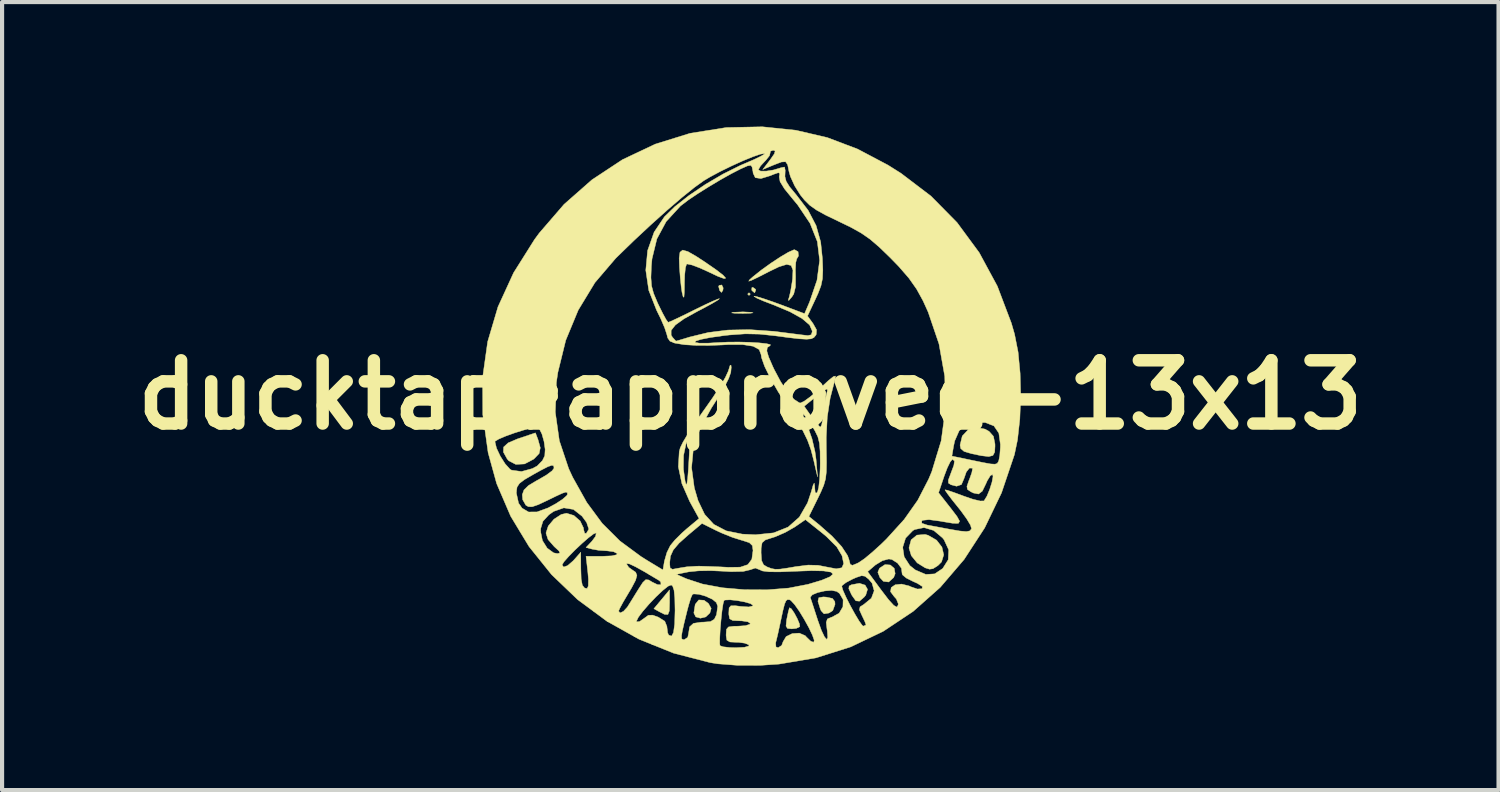
<source format=kicad_pcb>
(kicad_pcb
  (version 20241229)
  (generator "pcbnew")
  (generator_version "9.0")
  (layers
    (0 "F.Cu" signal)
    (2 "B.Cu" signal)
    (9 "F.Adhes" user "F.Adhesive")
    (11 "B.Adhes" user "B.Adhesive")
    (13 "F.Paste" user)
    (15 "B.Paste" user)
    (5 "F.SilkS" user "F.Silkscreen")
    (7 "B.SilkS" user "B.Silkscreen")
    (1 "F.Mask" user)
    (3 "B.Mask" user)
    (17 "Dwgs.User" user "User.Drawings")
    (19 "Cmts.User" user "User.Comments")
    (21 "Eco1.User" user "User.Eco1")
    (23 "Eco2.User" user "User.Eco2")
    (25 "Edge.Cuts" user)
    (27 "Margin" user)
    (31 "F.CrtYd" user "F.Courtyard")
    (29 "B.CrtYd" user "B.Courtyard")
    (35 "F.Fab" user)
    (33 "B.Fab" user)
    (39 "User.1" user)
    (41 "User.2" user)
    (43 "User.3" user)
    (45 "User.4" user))
  (footprint "ducktapeapproved-13x13"
    (layer "F.Cu")
    (at 15.03 6.466)
    (property "Reference" "ducktapeapproved-13x13" (at 0 0 0) (layer "F.SilkS") (effects (font (size 1.524 1.524) (thickness 0.3))))
    (attr through_hole)
    (fp_poly (pts (xy 0 -2.43) (xy -0.032 -2.397) (xy -0.065 -2.43) (xy -0.032 -2.462) (xy 0 -2.43)) (stroke (width 0.01) (type solid)) (fill yes) (layer "F.SilkS"))
    (fp_poly (pts (xy -0.654 -2.578) (xy -0.662 -2.518) (xy -0.697 -2.469) (xy -0.74 -2.518) (xy -0.764 -2.614) (xy -0.752 -2.639) (xy -0.688 -2.65) (xy -0.654 -2.578)) (stroke (width 0.01) (type solid)) (fill yes) (layer "F.SilkS"))
    (fp_poly (pts (xy -1.946 5.005) (xy -1.952 5.204) (xy -1.986 5.291) (xy -2.069 5.287) (xy -2.182 5.23) (xy -2.324 5.151) (xy -2.135 4.924) (xy -1.947 4.698) (xy -1.946 5.005)) (stroke (width 0.01) (type solid)) (fill yes) (layer "F.SilkS"))
    (fp_poly (pts (xy 0.127 -2.545) (xy 0.13 -2.527) (xy 0.107 -2.464) (xy 0.101 -2.462) (xy 0.046 -2.508) (xy 0.032 -2.527) (xy 0.038 -2.587) (xy 0.061 -2.592) (xy 0.127 -2.545)) (stroke (width 0.01) (type solid)) (fill yes) (layer "F.SilkS"))
    (fp_poly (pts (xy -1.115 4.948) (xy -1.009 5.026) (xy -0.943 5.144) (xy -0.974 5.253) (xy -1.074 5.349) (xy -1.203 5.38) (xy -1.315 5.348) (xy -1.361 5.254) (xy -1.328 5.046) (xy -1.242 4.94) (xy -1.115 4.948)) (stroke (width 0.01) (type solid)) (fill yes) (layer "F.SilkS"))
    (fp_poly (pts (xy 0.016 -1.991) (xy 0.065 -1.978) (xy -0.001 -1.969) (xy -0.168 -1.965) (xy -0.194 -1.965) (xy -0.372 -1.968) (xy -0.452 -1.977) (xy -0.418 -1.989) (xy -0.405 -1.991) (xy -0.178 -2.001) (xy 0.016 -1.991)) (stroke (width 0.01) (type solid)) (fill yes) (layer "F.SilkS"))
    (fp_poly (pts (xy 3.373 4.098) (xy 3.468 4.179) (xy 3.49 4.307) (xy 3.454 4.399) (xy 3.334 4.508) (xy 3.207 4.492) (xy 3.123 4.403) (xy 3.072 4.273) (xy 3.114 4.174) (xy 3.244 4.089) (xy 3.373 4.098)) (stroke (width 0.01) (type solid)) (fill yes) (layer "F.SilkS"))
    (fp_poly (pts (xy 1.83 4.872) (xy 1.979 4.904) (xy 2.036 4.98) (xy 2.041 5.047) (xy 1.986 5.197) (xy 1.893 5.256) (xy 1.776 5.275) (xy 1.706 5.201) (xy 1.683 5.146) (xy 1.629 4.971) (xy 1.65 4.886) (xy 1.759 4.867) (xy 1.83 4.872)) (stroke (width 0.01) (type solid)) (fill yes) (layer "F.SilkS"))
    (fp_poly (pts (xy 2.766 4.583) (xy 2.824 4.684) (xy 2.782 4.822) (xy 2.745 4.869) (xy 2.63 4.97) (xy 2.542 4.961) (xy 2.452 4.836) (xy 2.433 4.801) (xy 2.373 4.669) (xy 2.381 4.605) (xy 2.437 4.574) (xy 2.629 4.539) (xy 2.766 4.583)) (stroke (width 0.01) (type solid)) (fill yes) (layer "F.SilkS"))
    (fp_poly (pts (xy 0.989 5.154) (xy 1.059 5.256) (xy 1.131 5.391) (xy 1.183 5.515) (xy 1.192 5.584) (xy 1.108 5.625) (xy 0.998 5.637) (xy 0.895 5.626) (xy 0.86 5.569) (xy 0.874 5.429) (xy 0.88 5.394) (xy 0.914 5.232) (xy 0.94 5.136) (xy 0.945 5.128) (xy 0.989 5.154)) (stroke (width 0.01) (type solid)) (fill yes) (layer "F.SilkS"))
    (fp_poly (pts (xy -5.116 1.077) (xy -5.061 1.274) (xy -5.089 1.412) (xy -5.212 1.54) (xy -5.225 1.55) (xy -5.44 1.663) (xy -5.651 1.674) (xy -5.822 1.586) (xy -5.86 1.541) (xy -5.95 1.378) (xy -5.945 1.256) (xy -5.836 1.156) (xy -5.611 1.06) (xy -5.57 1.046) (xy -5.178 0.914) (xy -5.116 1.077)) (stroke (width 0.01) (type solid)) (fill yes) (layer "F.SilkS"))
    (fp_poly (pts (xy 4.284 3.382) (xy 4.488 3.5) (xy 4.617 3.667) (xy 4.66 3.853) (xy 4.607 4.025) (xy 4.521 4.111) (xy 4.402 4.187) (xy 4.318 4.199) (xy 4.212 4.166) (xy 4.022 4.048) (xy 3.879 3.873) (xy 3.823 3.687) (xy 3.823 3.686) (xy 3.875 3.492) (xy 4.014 3.378) (xy 4.211 3.362) (xy 4.284 3.382)) (stroke (width 0.01) (type solid)) (fill yes) (layer "F.SilkS"))
    (fp_poly (pts (xy 5.656 0.824) (xy 5.752 0.878) (xy 5.858 0.997) (xy 5.895 1.181) (xy 5.896 1.235) (xy 5.888 1.378) (xy 5.845 1.459) (xy 5.745 1.485) (xy 5.564 1.464) (xy 5.329 1.415) (xy 5.151 1.362) (xy 5.07 1.293) (xy 5.054 1.209) (xy 5.107 0.99) (xy 5.245 0.843) (xy 5.438 0.783) (xy 5.656 0.824)) (stroke (width 0.01) (type solid)) (fill yes) (layer "F.SilkS"))
    (fp_poly (pts (xy -1.504 -3.454) (xy -1.299 -3.336) (xy -1.103 -3.208) (xy -0.829 -3.019) (xy -0.658 -2.887) (xy -0.592 -2.814) (xy -0.632 -2.803) (xy -0.78 -2.857) (xy -0.989 -2.956) (xy -1.22 -3.061) (xy -1.406 -3.131) (xy -1.519 -3.155) (xy -1.537 -3.15) (xy -1.564 -3.062) (xy -1.582 -2.887) (xy -1.587 -2.716) (xy -1.59 -2.476) (xy -1.599 -2.359) (xy -1.617 -2.357) (xy -1.644 -2.464) (xy -1.647 -2.478) (xy -1.667 -2.618) (xy -1.689 -2.836) (xy -1.706 -3.062) (xy -1.715 -3.297) (xy -1.695 -3.439) (xy -1.63 -3.49) (xy -1.504 -3.454)) (stroke (width 0.01) (type solid)) (fill yes) (layer "F.SilkS"))
    (fp_poly (pts (xy 1.15 -3.452) (xy 1.16 -3.349) (xy 1.118 -3.278) (xy 1.095 -3.191) (xy 1.086 -3.018) (xy 1.09 -2.862) (xy 1.088 -2.602) (xy 1.046 -2.432) (xy 1.003 -2.365) (xy 0.927 -2.276) (xy 0.915 -2.286) (xy 0.939 -2.365) (xy 0.972 -2.507) (xy 1.006 -2.713) (xy 1.018 -2.801) (xy 1.027 -3.006) (xy 0.984 -3.119) (xy 0.877 -3.145) (xy 0.69 -3.088) (xy 0.444 -2.969) (xy 0.183 -2.835) (xy 0.025 -2.76) (xy -0.039 -2.74) (xy -0.02 -2.773) (xy 0.065 -2.849) (xy 0.27 -3.012) (xy 0.5 -3.177) (xy 0.725 -3.325) (xy 0.916 -3.438) (xy 1.044 -3.495) (xy 1.066 -3.499) (xy 1.15 -3.452)) (stroke (width 0.01) (type solid)) (fill yes) (layer "F.SilkS"))
    (fp_poly (pts (xy 1.099 -6.377) (xy 1.855 -6.201) (xy 2.586 -5.924) (xy 3.318 -5.537) (xy 3.631 -5.34) (xy 4.352 -4.792) (xy 4.981 -4.154) (xy 5.515 -3.429) (xy 5.952 -2.621) (xy 6.289 -1.733) (xy 6.367 -1.464) (xy 6.452 -1.033) (xy 6.501 -0.521) (xy 6.515 0.031) (xy 6.494 0.58) (xy 6.438 1.083) (xy 6.364 1.438) (xy 6.053 2.359) (xy 5.647 3.203) (xy 5.152 3.964) (xy 4.576 4.637) (xy 3.924 5.216) (xy 3.203 5.696) (xy 2.42 6.071) (xy 1.581 6.336) (xy 0.692 6.486) (xy 0.259 6.515) (xy -0.302 6.516) (xy -0.785 6.479) (xy -0.968 6.45) (xy -1.85 6.222) (xy -2.387 6.005) (xy -0.738 6.005) (xy -0.731 6.042) (xy -0.657 6.069) (xy -0.494 6.087) (xy -0.349 6.091) (xy -0.141 6.08) (xy -0.038 6.051) (xy -0.032 6.026) (xy -0.117 5.985) (xy -0.169 5.977) (xy 0.609 5.977) (xy 0.618 6.073) (xy 0.671 6.091) (xy 0.756 6.036) (xy 0.789 5.947) (xy 0.863 5.823) (xy 1.01 5.751) (xy 1.18 5.74) (xy 1.323 5.801) (xy 1.352 5.834) (xy 1.455 5.934) (xy 1.527 5.961) (xy 1.54 5.912) (xy 1.495 5.785) (xy 1.41 5.607) (xy 1.299 5.406) (xy 1.18 5.211) (xy 1.067 5.051) (xy 0.977 4.953) (xy 0.947 4.936) (xy 0.897 4.932) (xy 0.86 4.959) (xy 0.825 5.04) (xy 0.785 5.196) (xy 0.73 5.451) (xy 0.711 5.54) (xy 0.665 5.751) (xy 0.624 5.923) (xy 0.609 5.977) (xy -0.169 5.977) (xy -0.279 5.962) (xy -0.328 5.961) (xy -0.492 5.953) (xy -0.565 5.91) (xy -0.583 5.804) (xy -0.583 5.767) (xy -0.575 5.647) (xy -0.526 5.591) (xy -0.402 5.574) (xy -0.292 5.572) (xy -0.118 5.56) (xy -0.013 5.527) (xy 0 5.508) (xy -0.057 5.467) (xy -0.201 5.445) (xy -0.259 5.443) (xy -0.425 5.435) (xy -0.499 5.394) (xy -0.518 5.29) (xy -0.518 5.25) (xy -0.512 5.132) (xy -0.47 5.082) (xy -0.357 5.08) (xy -0.227 5.097) (xy -0.036 5.109) (xy 0.058 5.086) (xy 0.065 5.071) (xy 0.008 5.03) (xy -0.134 4.989) (xy -0.313 4.956) (xy -0.487 4.937) (xy -0.608 4.942) (xy -0.634 4.953) (xy -0.656 5.032) (xy -0.682 5.201) (xy -0.706 5.422) (xy -0.726 5.656) (xy -0.737 5.863) (xy -0.738 6.005) (xy -2.387 6.005) (xy -2.682 5.886) (xy -2.804 5.818) (xy -1.66 5.818) (xy -1.653 5.876) (xy -1.623 5.895) (xy -1.589 5.896) (xy -1.508 5.841) (xy -1.489 5.751) (xy -1.463 5.588) (xy -1.37 5.504) (xy -1.182 5.476) (xy -1.135 5.475) (xy -0.961 5.462) (xy -0.868 5.406) (xy -0.814 5.294) (xy -0.786 5.091) (xy -0.819 5.002) (xy -0.914 4.924) (xy -1.016 4.877) (xy 1.444 4.877) (xy 1.446 4.885) (xy 1.478 4.978) (xy 1.537 5.159) (xy 1.612 5.39) (xy 1.624 5.427) (xy 1.713 5.675) (xy 1.788 5.832) (xy 1.842 5.892) (xy 1.866 5.845) (xy 1.855 5.686) (xy 1.848 5.645) (xy 1.829 5.481) (xy 1.857 5.399) (xy 1.952 5.358) (xy 1.97 5.353) (xy 2.14 5.259) (xy 2.231 5.105) (xy 2.236 4.933) (xy 2.149 4.783) (xy 2.081 4.734) (xy 1.96 4.71) (xy 1.793 4.723) (xy 1.623 4.762) (xy 1.493 4.816) (xy 1.444 4.877) (xy -1.016 4.877) (xy -1.07 4.852) (xy -1.237 4.804) (xy -1.365 4.795) (xy -1.397 4.81) (xy -1.432 4.889) (xy -1.483 5.053) (xy -1.521 5.194) (xy -1.596 5.498) (xy -1.641 5.699) (xy -1.66 5.818) (xy -2.804 5.818) (xy -3.456 5.453) (xy -3.459 5.451) (xy -2.744 5.451) (xy -2.74 5.468) (xy -2.668 5.46) (xy -2.564 5.387) (xy -2.458 5.31) (xy -2.354 5.306) (xy -2.219 5.354) (xy -2.061 5.453) (xy -2.009 5.582) (xy -2.009 5.594) (xy -1.993 5.729) (xy -1.967 5.787) (xy -1.898 5.812) (xy -1.851 5.725) (xy -1.823 5.52) (xy -1.814 5.193) (xy -1.814 5.187) (xy -1.82 4.891) (xy -1.839 4.704) (xy -1.873 4.605) (xy -1.906 4.579) (xy -1.982 4.609) (xy -2.111 4.712) (xy -2.271 4.863) (xy -2.438 5.038) (xy -2.588 5.211) (xy -2.698 5.357) (xy -2.744 5.451) (xy -3.459 5.451) (xy -3.787 5.208) (xy -3.175 5.208) (xy -3.139 5.253) (xy -3.057 5.215) (xy -2.965 5.115) (xy -2.957 5.103) (xy -2.867 4.959) (xy -2.748 4.766) (xy -2.695 4.681) (xy -2.591 4.52) (xy -2.52 4.452) (xy -2.448 4.459) (xy -2.362 4.511) (xy -2.233 4.573) (xy -2.153 4.572) (xy -2.153 4.572) (xy -2.159 4.506) (xy -2.204 4.467) (xy -2.446 4.323) (xy -1.782 4.323) (xy -1.54 4.43) (xy -1.149 4.558) (xy -0.67 4.647) (xy -0.14 4.693) (xy 0.404 4.696) (xy 0.926 4.654) (xy 1.142 4.612) (xy 2.203 4.612) (xy 2.232 4.709) (xy 2.306 4.875) (xy 2.408 5.076) (xy 2.519 5.278) (xy 2.621 5.448) (xy 2.697 5.554) (xy 2.722 5.572) (xy 2.785 5.545) (xy 2.786 5.537) (xy 2.759 5.46) (xy 2.694 5.323) (xy 2.689 5.313) (xy 2.629 5.179) (xy 2.644 5.107) (xy 2.737 5.047) (xy 2.917 4.899) (xy 2.984 4.72) (xy 2.933 4.536) (xy 2.851 4.439) (xy 2.763 4.369) (xy 2.68 4.356) (xy 2.553 4.398) (xy 2.462 4.438) (xy 2.305 4.521) (xy 2.213 4.592) (xy 2.203 4.612) (xy 1.142 4.612) (xy 1.39 4.564) (xy 1.393 4.563) (xy 1.72 4.465) (xy 1.919 4.382) (xy 1.992 4.317) (xy 1.941 4.269) (xy 1.871 4.258) (xy 2.827 4.258) (xy 3.143 4.688) (xy 3.33 4.933) (xy 3.457 5.072) (xy 3.532 5.113) (xy 3.562 5.061) (xy 3.564 5.03) (xy 3.518 4.916) (xy 3.467 4.86) (xy 3.378 4.741) (xy 3.395 4.641) (xy 3.491 4.575) (xy 3.644 4.558) (xy 3.827 4.603) (xy 3.868 4.623) (xy 4.025 4.677) (xy 4.139 4.67) (xy 4.14 4.669) (xy 4.146 4.617) (xy 4.027 4.541) (xy 3.926 4.496) (xy 3.76 4.413) (xy 3.665 4.334) (xy 3.656 4.3) (xy 3.642 4.178) (xy 3.548 4.052) (xy 3.412 3.966) (xy 3.337 3.953) (xy 3.183 3.994) (xy 3.017 4.095) (xy 3.005 4.105) (xy 2.827 4.258) (xy 1.871 4.258) (xy 1.767 4.241) (xy 1.47 4.235) (xy 1.084 4.249) (xy 0.711 4.264) (xy 0.452 4.262) (xy 0.293 4.242) (xy 0.23 4.214) (xy 0.12 4.171) (xy -0.002 4.213) (xy -0.172 4.253) (xy -0.463 4.259) (xy -0.67 4.247) (xy -0.964 4.234) (xy -1.25 4.239) (xy -1.471 4.261) (xy -1.49 4.264) (xy -1.782 4.323) (xy -2.446 4.323) (xy -2.534 4.27) (xy -2.766 4.141) (xy -2.91 4.073) (xy -2.974 4.063) (xy -2.981 4.075) (xy -2.93 4.155) (xy -2.851 4.212) (xy -2.763 4.272) (xy -2.733 4.348) (xy -2.764 4.464) (xy -2.86 4.647) (xy -2.948 4.795) (xy -3.063 4.989) (xy -3.144 5.138) (xy -3.175 5.208) (xy -3.787 5.208) (xy -4.162 4.931) (xy -4.79 4.329) (xy -4.977 4.096) (xy -4.536 4.096) (xy -4.498 4.148) (xy -4.401 4.112) (xy -4.27 3.998) (xy -4.243 3.969) (xy -4.086 3.791) (xy -4.084 4.185) (xy -4.076 4.438) (xy -4.048 4.586) (xy -3.994 4.653) (xy -3.933 4.665) (xy -3.904 4.605) (xy -3.901 4.44) (xy -3.915 4.277) (xy -3.959 3.888) (xy -3.563 3.888) (xy -3.338 3.878) (xy -3.22 3.851) (xy -3.207 3.823) (xy -3.294 3.778) (xy -3.449 3.757) (xy -3.454 3.757) (xy -3.654 3.744) (xy -3.81 3.716) (xy -3.959 3.676) (xy -3.815 3.523) (xy -3.729 3.407) (xy -3.713 3.328) (xy -3.716 3.325) (xy -3.776 3.348) (xy -3.899 3.441) (xy -4.058 3.58) (xy -4.227 3.739) (xy -4.38 3.895) (xy -4.492 4.022) (xy -4.536 4.096) (xy -4.536 4.096) (xy -4.977 4.096) (xy -5.331 3.656) (xy -5.553 3.29) (xy -5.054 3.29) (xy -5.01 3.508) (xy -4.895 3.692) (xy -4.74 3.805) (xy -4.649 3.823) (xy -4.587 3.81) (xy -4.613 3.757) (xy -4.725 3.655) (xy -4.874 3.484) (xy -4.924 3.328) (xy -4.869 3.159) (xy -4.733 2.996) (xy -4.557 2.881) (xy -4.429 2.851) (xy -4.252 2.905) (xy -4.101 3.037) (xy -4.021 3.204) (xy -4.017 3.244) (xy -3.992 3.333) (xy -3.953 3.337) (xy -3.891 3.234) (xy -3.945 3.073) (xy -4.056 2.921) (xy -4.262 2.759) (xy -4.494 2.721) (xy -4.74 2.807) (xy -4.855 2.889) (xy -4.998 3.045) (xy -5.051 3.219) (xy -5.054 3.29) (xy -5.553 3.29) (xy -5.775 2.922) (xy -6.013 2.368) (xy -5.637 2.368) (xy -5.585 2.607) (xy -5.501 2.728) (xy -5.343 2.821) (xy -5.138 2.819) (xy -4.873 2.722) (xy -4.686 2.621) (xy -4.525 2.515) (xy -4.424 2.427) (xy -4.406 2.395) (xy -4.412 2.352) (xy -4.447 2.342) (xy -4.532 2.37) (xy -4.692 2.444) (xy -4.886 2.539) (xy -5.112 2.645) (xy -5.255 2.694) (xy -5.347 2.693) (xy -5.409 2.658) (xy -5.485 2.525) (xy -5.495 2.403) (xy -5.454 2.29) (xy -5.346 2.184) (xy -5.143 2.062) (xy -5.103 2.041) (xy -4.911 1.929) (xy -4.777 1.829) (xy -4.73 1.766) (xy -4.739 1.709) (xy -4.781 1.695) (xy -4.877 1.728) (xy -5.048 1.816) (xy -5.226 1.915) (xy -5.44 2.039) (xy -5.563 2.132) (xy -5.621 2.22) (xy -5.637 2.33) (xy -5.637 2.368) (xy -6.013 2.368) (xy -6.113 2.135) (xy -6.318 1.393) (xy -6.355 1.127) (xy -6.154 1.127) (xy -6.116 1.284) (xy -6.024 1.478) (xy -5.907 1.662) (xy -5.792 1.789) (xy -5.753 1.813) (xy -5.514 1.846) (xy -5.25 1.774) (xy -5.136 1.712) (xy -5.01 1.583) (xy -4.953 1.466) (xy -4.944 1.311) (xy -4.971 1.121) (xy -5.022 0.941) (xy -5.086 0.813) (xy -5.138 0.777) (xy -5.27 0.797) (xy -5.463 0.847) (xy -5.683 0.916) (xy -5.894 0.992) (xy -6.061 1.063) (xy -6.149 1.116) (xy -6.154 1.127) (xy -6.355 1.127) (xy -6.447 0.473) (xy -6.447 0.415) (xy -4.7 0.415) (xy -4.602 1.104) (xy -4.377 1.776) (xy -4.28 1.985) (xy -3.941 2.591) (xy -3.57 3.094) (xy -3.142 3.52) (xy -2.635 3.894) (xy -2.477 3.993) (xy -2.106 4.217) (xy -2.078 4.054) (xy -1.944 4.054) (xy -1.933 4.169) (xy -1.876 4.202) (xy -1.734 4.175) (xy -1.733 4.175) (xy -1.53 4.142) (xy -1.289 4.127) (xy -1.231 4.126) (xy -1 4.133) (xy -0.716 4.144) (xy -0.529 4.154) (xy -0.242 4.15) (xy -0.06 4.089) (xy 0.036 3.96) (xy 0.058 3.801) (xy 0.259 3.801) (xy 0.271 3.991) (xy 0.32 4.094) (xy 0.405 4.145) (xy 0.509 4.184) (xy 0.6 4.201) (xy 0.716 4.198) (xy 0.895 4.172) (xy 1.093 4.138) (xy 1.393 4.1) (xy 1.635 4.106) (xy 1.833 4.145) (xy 2.071 4.19) (xy 2.206 4.165) (xy 2.249 4.065) (xy 2.211 3.88) (xy 2.208 3.872) (xy 2.083 3.661) (xy 1.835 3.413) (xy 1.732 3.327) (xy 1.328 3.005) (xy 1.069 3.183) (xy 0.843 3.312) (xy 0.599 3.418) (xy 0.535 3.438) (xy 0.364 3.493) (xy 0.284 3.561) (xy 0.261 3.687) (xy 0.259 3.801) (xy 0.058 3.801) (xy 0.065 3.751) (xy 0.065 3.748) (xy 0.049 3.631) (xy -0.023 3.561) (xy -0.185 3.508) (xy -0.211 3.501) (xy -0.431 3.432) (xy -0.689 3.328) (xy -0.825 3.265) (xy -1.164 3.096) (xy -1.491 3.37) (xy -1.719 3.573) (xy -1.857 3.736) (xy -1.926 3.888) (xy -1.944 4.054) (xy -2.078 4.054) (xy -2.07 4.004) (xy -2.01 3.797) (xy -1.927 3.629) (xy -1.817 3.496) (xy -1.649 3.329) (xy -1.528 3.222) (xy -1.235 2.978) (xy -1.462 2.565) (xy -1.649 2.137) (xy -1.724 1.782) (xy -1.613 1.782) (xy -1.571 2.082) (xy -1.547 2.158) (xy -1.528 2.14) (xy -1.51 2.017) (xy -1.491 1.778) (xy -1.486 1.685) (xy -1.471 1.417) (xy -1.464 1.202) (xy -1.464 1.071) (xy -1.468 1.044) (xy -1.501 1.078) (xy -1.553 1.194) (xy -1.609 1.457) (xy -1.613 1.782) (xy -1.724 1.782) (xy -1.734 1.73) (xy -1.713 1.366) (xy -1.689 1.275) (xy -1.621 1.135) (xy -1.493 0.92) (xy -1.322 0.658) (xy -1.125 0.377) (xy -1.1 0.343) (xy -0.903 0.062) (xy -0.731 -0.202) (xy -0.601 -0.422) (xy -0.532 -0.571) (xy -0.528 -0.583) (xy -0.488 -0.711) (xy -0.466 -0.718) (xy -0.46 -0.661) (xy -0.471 -0.542) (xy -0.522 -0.396) (xy -0.621 -0.2) (xy -0.779 0.065) (xy -0.937 0.313) (xy -1.212 0.811) (xy -1.371 1.283) (xy -1.416 1.751) (xy -1.35 2.238) (xy -1.26 2.545) (xy -1.101 2.878) (xy -0.88 3.119) (xy -0.582 3.275) (xy -0.193 3.354) (xy 0.125 3.369) (xy 0.561 3.324) (xy 0.911 3.184) (xy 1.181 2.945) (xy 1.379 2.6) (xy 1.467 2.336) (xy 1.514 2.172) (xy 1.539 2.125) (xy 1.55 2.185) (xy 1.552 2.235) (xy 1.564 2.358) (xy 1.597 2.364) (xy 1.62 2.333) (xy 1.648 2.227) (xy 1.67 2.027) (xy 1.682 1.769) (xy 1.684 1.649) (xy 1.681 1.359) (xy 1.665 1.16) (xy 1.627 1.009) (xy 1.558 0.867) (xy 1.492 0.758) (xy 1.381 0.591) (xy 1.298 0.481) (xy 1.269 0.454) (xy 1.276 0.507) (xy 1.328 0.644) (xy 1.393 0.794) (xy 1.486 1.057) (xy 1.558 1.366) (xy 1.584 1.555) (xy 1.62 1.976) (xy 1.528 1.579) (xy 1.461 1.32) (xy 1.378 1.092) (xy 1.265 0.86) (xy 1.103 0.59) (xy 0.907 0.292) (xy 0.895 0.273) (xy 1.298 0.273) (xy 1.475 0.524) (xy 1.587 0.672) (xy 1.67 0.763) (xy 1.692 0.776) (xy 1.719 0.718) (xy 1.749 0.567) (xy 1.771 0.4) (xy 1.8 0.171) (xy 1.835 -0.019) (xy 1.857 -0.101) (xy 1.85 -0.144) (xy 1.759 -0.097) (xy 1.601 0.025) (xy 1.298 0.273) (xy 0.895 0.273) (xy 0.673 -0.073) (xy 0.482 -0.406) (xy 0.344 -0.688) (xy 0.27 -0.898) (xy 0.259 -0.971) (xy 0.213 -1.094) (xy 0.069 -1.173) (xy -0.18 -1.212) (xy -0.543 -1.212) (xy -0.68 -1.204) (xy -0.996 -1.192) (xy -1.311 -1.194) (xy -1.569 -1.209) (xy -1.617 -1.215) (xy -1.823 -1.249) (xy -1.863 -1.266) (xy -1.333 -1.266) (xy -1.232 -1.248) (xy -1.013 -1.248) (xy -0.795 -1.261) (xy -0.544 -1.273) (xy -0.277 -1.275) (xy -0.016 -1.268) (xy 0.214 -1.254) (xy 0.389 -1.235) (xy 0.484 -1.212) (xy 0.476 -1.186) (xy 0.47 -1.183) (xy 0.409 -1.142) (xy 0.398 -1.059) (xy 0.441 -0.914) (xy 0.542 -0.682) (xy 0.573 -0.616) (xy 0.732 -0.317) (xy 0.898 -0.069) (xy 1.054 0.108) (xy 1.183 0.191) (xy 1.209 0.194) (xy 1.298 0.152) (xy 1.451 0.04) (xy 1.638 -0.121) (xy 1.7 -0.178) (xy 1.89 -0.353) (xy 2.003 -0.443) (xy 2.051 -0.455) (xy 2.047 -0.397) (xy 2.045 -0.389) (xy 1.923 0.08) (xy 1.854 0.532) (xy 1.829 1.023) (xy 1.831 1.297) (xy 1.836 1.621) (xy 1.832 1.852) (xy 1.812 2.025) (xy 1.769 2.176) (xy 1.699 2.34) (xy 1.629 2.485) (xy 1.411 2.928) (xy 1.661 3.131) (xy 1.969 3.403) (xy 2.201 3.655) (xy 2.343 3.871) (xy 2.377 3.966) (xy 2.407 4.081) (xy 2.459 4.107) (xy 2.575 4.059) (xy 2.616 4.038) (xy 2.75 3.947) (xy 2.941 3.788) (xy 3.07 3.671) (xy 3.672 3.671) (xy 3.707 3.902) (xy 3.843 4.112) (xy 3.977 4.218) (xy 4.228 4.325) (xy 4.443 4.312) (xy 4.636 4.182) (xy 4.769 3.97) (xy 4.78 3.733) (xy 4.669 3.492) (xy 4.631 3.444) (xy 4.419 3.266) (xy 4.187 3.197) (xy 3.962 3.243) (xy 3.915 3.27) (xy 3.741 3.45) (xy 3.672 3.671) (xy 3.07 3.671) (xy 3.16 3.589) (xy 3.279 3.473) (xy 3.676 3.036) (xy 4.13 3.036) (xy 4.132 3.092) (xy 4.262 3.136) (xy 4.284 3.14) (xy 4.492 3.178) (xy 4.735 3.224) (xy 4.795 3.235) (xy 5.049 3.279) (xy 5.205 3.293) (xy 5.289 3.276) (xy 5.329 3.228) (xy 5.33 3.224) (xy 5.306 3.139) (xy 5.214 2.986) (xy 5.073 2.791) (xy 5.018 2.722) (xy 4.863 2.529) (xy 4.749 2.378) (xy 4.693 2.295) (xy 4.691 2.286) (xy 4.754 2.299) (xy 4.907 2.351) (xy 5.117 2.428) (xy 5.144 2.439) (xy 5.367 2.515) (xy 5.54 2.556) (xy 5.629 2.554) (xy 5.632 2.551) (xy 5.701 2.439) (xy 5.769 2.274) (xy 5.823 2.102) (xy 5.848 1.967) (xy 5.837 1.915) (xy 5.782 1.947) (xy 5.708 2.068) (xy 5.677 2.139) (xy 5.59 2.318) (xy 5.499 2.388) (xy 5.375 2.363) (xy 5.309 2.33) (xy 5.232 2.277) (xy 5.219 2.205) (xy 5.265 2.069) (xy 5.282 2.029) (xy 5.337 1.873) (xy 5.355 1.776) (xy 5.351 1.765) (xy 5.279 1.762) (xy 5.204 1.857) (xy 5.151 2.009) (xy 5.087 2.16) (xy 4.97 2.2) (xy 4.834 2.164) (xy 4.774 2.125) (xy 4.772 2.05) (xy 4.829 1.898) (xy 4.829 1.897) (xy 4.904 1.698) (xy 4.919 1.591) (xy 4.876 1.556) (xy 4.866 1.555) (xy 4.817 1.612) (xy 4.745 1.76) (xy 4.671 1.956) (xy 4.536 2.357) (xy 4.832 2.734) (xy 4.979 2.927) (xy 5.043 3.043) (xy 5.014 3.094) (xy 4.881 3.093) (xy 4.633 3.052) (xy 4.572 3.041) (xy 4.304 3.005) (xy 4.153 3.021) (xy 4.13 3.036) (xy 3.676 3.036) (xy 3.704 3.006) (xy 4.034 2.538) (xy 4.297 2.028) (xy 4.372 1.849) (xy 4.486 1.474) (xy 4.857 1.474) (xy 5.328 1.572) (xy 5.61 1.63) (xy 5.791 1.663) (xy 5.896 1.669) (xy 5.949 1.651) (xy 5.976 1.608) (xy 5.987 1.582) (xy 6.011 1.456) (xy 6.025 1.263) (xy 6.026 1.193) (xy 5.988 0.92) (xy 5.87 0.747) (xy 5.663 0.666) (xy 5.462 0.661) (xy 5.207 0.719) (xy 5.032 0.863) (xy 4.925 1.107) (xy 4.897 1.239) (xy 4.857 1.474) (xy 4.486 1.474) (xy 4.599 1.105) (xy 4.703 0.335) (xy 4.685 -0.447) (xy 4.546 -1.229) (xy 4.285 -1.996) (xy 4.162 -2.268) (xy 4.007 -2.55) (xy 3.821 -2.814) (xy 3.577 -3.095) (xy 3.372 -3.306) (xy 3.107 -3.562) (xy 2.887 -3.751) (xy 2.669 -3.902) (xy 2.413 -4.044) (xy 2.13 -4.181) (xy 1.815 -4.333) (xy 1.592 -4.456) (xy 1.431 -4.571) (xy 1.304 -4.697) (xy 1.205 -4.82) (xy 1.068 -5.039) (xy 0.966 -5.263) (xy 0.931 -5.387) (xy 0.899 -5.548) (xy 0.849 -5.619) (xy 0.749 -5.613) (xy 0.565 -5.542) (xy 0.546 -5.534) (xy 0.299 -5.431) (xy 0.477 -5.664) (xy 0.578 -5.809) (xy 0.598 -5.879) (xy 0.55 -5.896) (xy 0.478 -5.87) (xy 0.48 -5.841) (xy 0.461 -5.764) (xy 0.37 -5.65) (xy 0.354 -5.635) (xy 0.245 -5.517) (xy 0.195 -5.429) (xy 0.194 -5.424) (xy 0.249 -5.393) (xy 0.385 -5.393) (xy 0.557 -5.42) (xy 0.722 -5.469) (xy 0.735 -5.474) (xy 0.825 -5.491) (xy 0.841 -5.408) (xy 0.84 -5.403) (xy 0.834 -5.262) (xy 0.864 -5.146) (xy 0.946 -5.015) (xy 1.1 -4.829) (xy 1.104 -4.825) (xy 1.394 -4.446) (xy 1.585 -4.08) (xy 1.695 -3.685) (xy 1.736 -3.292) (xy 1.747 -3.006) (xy 1.738 -2.801) (xy 1.702 -2.63) (xy 1.631 -2.444) (xy 1.572 -2.315) (xy 1.378 -1.902) (xy 1.51 -1.721) (xy 1.595 -1.57) (xy 1.588 -1.458) (xy 1.574 -1.434) (xy 1.531 -1.382) (xy 1.465 -1.352) (xy 1.356 -1.342) (xy 1.181 -1.352) (xy 0.919 -1.382) (xy 0.605 -1.424) (xy 0.224 -1.465) (xy -0.12 -1.472) (xy -0.498 -1.445) (xy -0.626 -1.431) (xy -0.96 -1.384) (xy -1.192 -1.338) (xy -1.318 -1.297) (xy -1.333 -1.266) (xy -1.863 -1.266) (xy -1.935 -1.294) (xy -1.99 -1.372) (xy -2.012 -1.458) (xy -2.064 -1.617) (xy -2.159 -1.838) (xy -2.259 -2.041) (xy -2.447 -2.519) (xy -2.493 -2.828) (xy -2.395 -2.828) (xy -2.38 -2.627) (xy -2.33 -2.443) (xy -2.236 -2.22) (xy -2.215 -2.175) (xy -2.113 -1.968) (xy -2.03 -1.816) (xy -1.981 -1.75) (xy -1.978 -1.749) (xy -1.908 -1.777) (xy -1.749 -1.851) (xy -1.527 -1.958) (xy -1.353 -2.045) (xy -1.105 -2.166) (xy -0.904 -2.259) (xy -0.776 -2.312) (xy -0.743 -2.319) (xy -0.787 -2.283) (xy -0.923 -2.202) (xy -1.127 -2.091) (xy -1.269 -2.017) (xy -1.596 -1.836) (xy -1.806 -1.685) (xy -1.908 -1.555) (xy -1.908 -1.44) (xy -1.876 -1.389) (xy -1.807 -1.312) (xy -1.79 -1.297) (xy -1.729 -1.314) (xy -1.582 -1.358) (xy -1.461 -1.395) (xy -1.013 -1.504) (xy -0.541 -1.563) (xy -0.021 -1.573) (xy 0.57 -1.532) (xy 1.215 -1.45) (xy 1.387 -1.43) (xy 1.468 -1.449) (xy 1.49 -1.518) (xy 1.49 -1.544) (xy 1.428 -1.686) (xy 1.247 -1.841) (xy 0.957 -2.003) (xy 0.567 -2.167) (xy 0.538 -2.178) (xy 0.318 -2.262) (xy 0.16 -2.331) (xy 0.089 -2.373) (xy 0.089 -2.378) (xy 0.157 -2.368) (xy 0.318 -2.32) (xy 0.546 -2.242) (xy 0.711 -2.182) (xy 1.307 -1.958) (xy 1.428 -2.241) (xy 1.607 -2.764) (xy 1.67 -3.243) (xy 1.615 -3.694) (xy 1.439 -4.135) (xy 1.14 -4.58) (xy 1.02 -4.724) (xy 0.823 -4.966) (xy 0.717 -5.139) (xy 0.696 -5.254) (xy 0.697 -5.26) (xy 0.71 -5.337) (xy 0.675 -5.355) (xy 0.562 -5.316) (xy 0.482 -5.283) (xy 0.256 -5.214) (xy 0.119 -5.235) (xy 0.066 -5.346) (xy 0.065 -5.372) (xy 0.041 -5.494) (xy 0.011 -5.533) (xy -0.07 -5.519) (xy -0.234 -5.446) (xy -0.46 -5.33) (xy -0.722 -5.183) (xy -0.997 -5.019) (xy -1.262 -4.853) (xy -1.493 -4.698) (xy -1.665 -4.567) (xy -1.687 -4.549) (xy -2.028 -4.177) (xy -2.252 -3.76) (xy -2.369 -3.279) (xy -2.385 -3.101) (xy -2.395 -2.828) (xy -2.493 -2.828) (xy -2.519 -3.005) (xy -2.475 -3.479) (xy -2.318 -3.923) (xy -2.071 -4.291) (xy -1.819 -4.537) (xy -1.477 -4.806) (xy -1.079 -5.075) (xy -0.656 -5.323) (xy -0.242 -5.529) (xy -0.14 -5.573) (xy 0.09 -5.672) (xy 0.257 -5.753) (xy 0.339 -5.804) (xy 0.34 -5.816) (xy 0.243 -5.802) (xy 0.06 -5.739) (xy -0.182 -5.64) (xy -0.453 -5.517) (xy -0.727 -5.383) (xy -0.975 -5.25) (xy -1.121 -5.163) (xy -1.349 -4.999) (xy -1.649 -4.757) (xy -2.003 -4.453) (xy -2.394 -4.102) (xy -2.804 -3.72) (xy -3.215 -3.321) (xy -3.246 -3.29) (xy -3.744 -2.707) (xy -4.147 -2.043) (xy -4.448 -1.316) (xy -4.638 -0.542) (xy -4.673 -0.303) (xy -4.7 0.415) (xy -6.447 0.415) (xy -6.451 -0.418) (xy -6.329 -1.283) (xy -6.08 -2.124) (xy -5.704 -2.944) (xy -5.2 -3.745) (xy -5.087 -3.899) (xy -4.488 -4.593) (xy -3.816 -5.184) (xy -3.08 -5.67) (xy -2.289 -6.044) (xy -1.452 -6.304) (xy -0.579 -6.443) (xy 0.292 -6.461) (xy 1.099 -6.377)) (stroke (width 0.01) (type solid)) (fill yes) (layer "F.SilkS")))
  (gr_rect
    (start -3 -3)
    (end 33.059 15.987)
    (stroke (width 0.1) (type default))
    (fill no)
    (layer "Edge.Cuts")))
</source>
